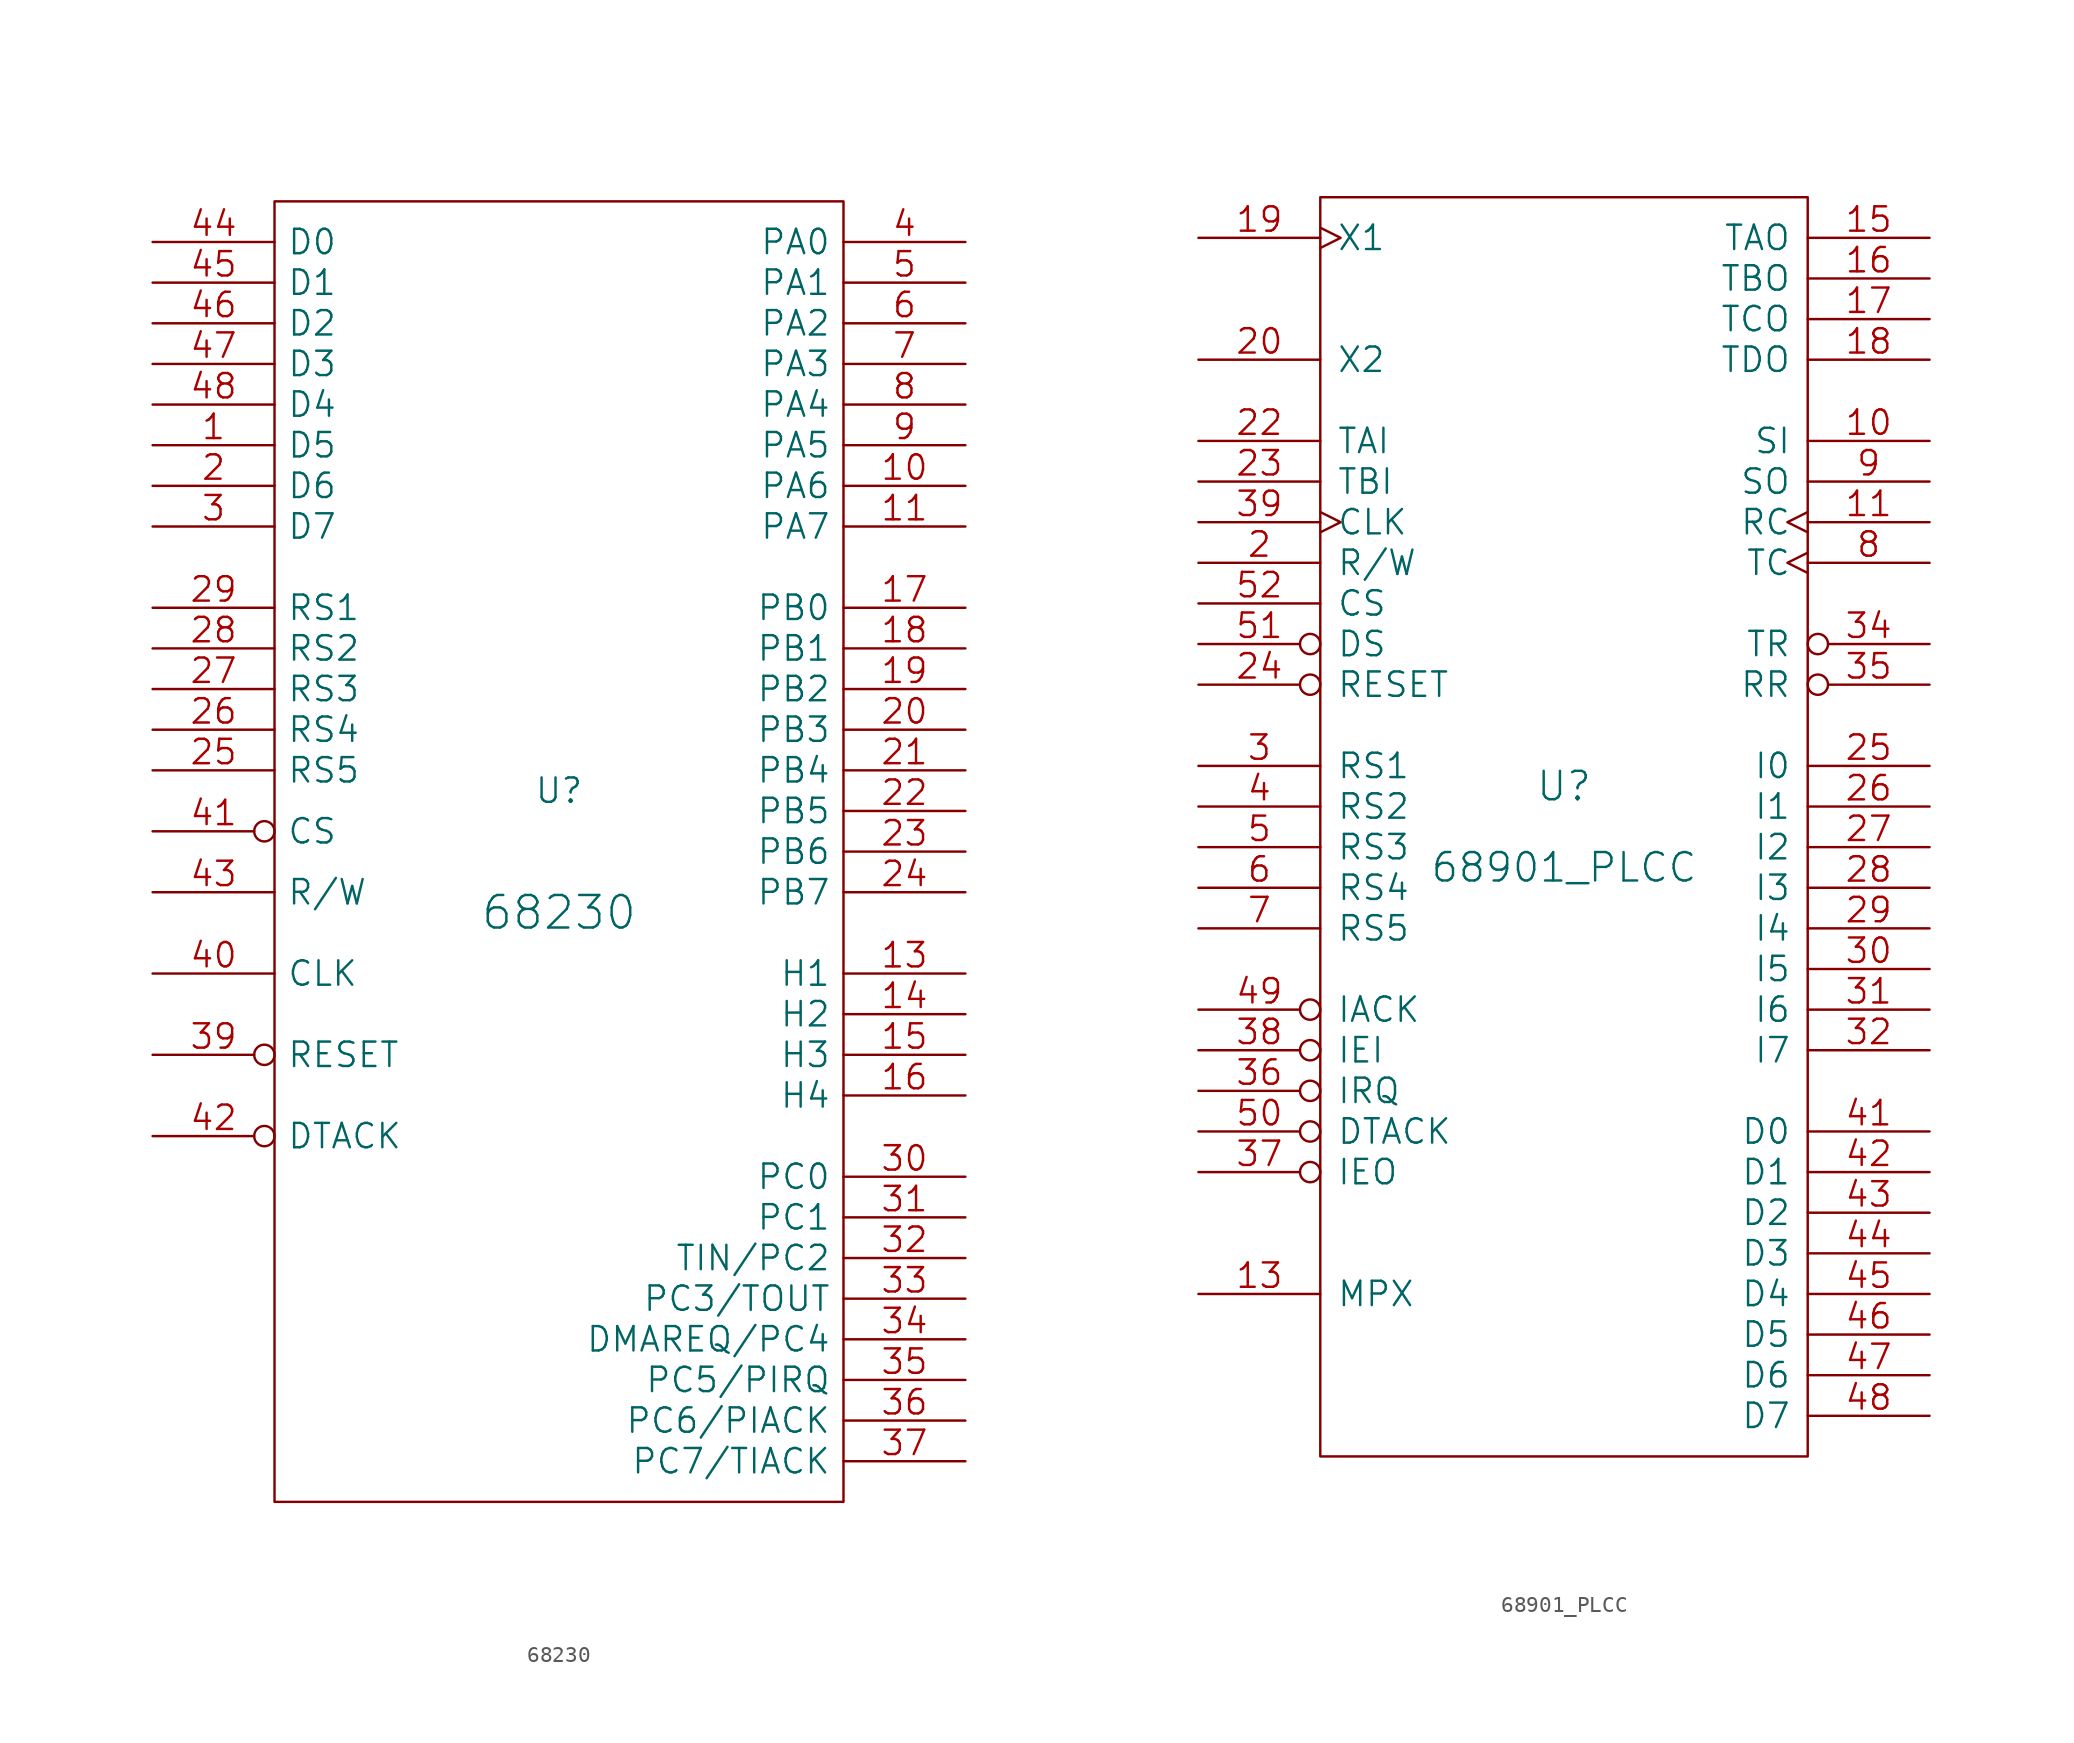
<source format=kicad_sym>
(kicad_symbol_lib
  (version 20211014)
  (generator kicad_symbol_editor)
  (symbol "68230"
    (pin_names
      (offset 0.762))
    (property "Reference" "U"
      (at 0 3.81 0)
      (effects (font (size 1.524 1.524))))
    (property "Value" "68230"
      (at 0 -3.81 0)
      (effects (font (size 2.032 2.032))))
    (property "Footprint" ""
      (at 0 0 0)
      (effects (font (size 1.524 1.524))))
    (property "Datasheet" ""
      (at 0 0 0)
      (effects (font (size 1.524 1.524))))
    (symbol "68230_0_1"
      (rectangle (start -17.78 40.64) (end 17.78 -40.64) (stroke (width 0) (type default) (color 0 0 0 0)) (fill (type none))))
    (symbol "68230_1_1"
      (pin tri_state line (at -25.4 25.4 0) (length 7.62) (name "D5" (effects (font (size 1.524 1.524)))) (number "1" (effects (font (size 1.524 1.524)))))
      (pin bidirectional line (at 25.4 22.86 180) (length 7.62) (name "PA6" (effects (font (size 1.524 1.524)))) (number "10" (effects (font (size 1.524 1.524)))))
      (pin bidirectional line (at 25.4 20.32 180) (length 7.62) (name "PA7" (effects (font (size 1.524 1.524)))) (number "11" (effects (font (size 1.524 1.524)))))
      (pin power_in line (at 0 40.64 270) (length 0) hide (name "VCC" (effects (font (size 1.524 1.524)))) (number "12" (effects (font (size 1.524 1.524)))))
      (pin input line (at 25.4 -7.62 180) (length 7.62) (name "H1" (effects (font (size 1.524 1.524)))) (number "13" (effects (font (size 1.524 1.524)))))
      (pin bidirectional line (at 25.4 -10.16 180) (length 7.62) (name "H2" (effects (font (size 1.524 1.524)))) (number "14" (effects (font (size 1.524 1.524)))))
      (pin input line (at 25.4 -12.7 180) (length 7.62) (name "H3" (effects (font (size 1.524 1.524)))) (number "15" (effects (font (size 1.524 1.524)))))
      (pin bidirectional line (at 25.4 -15.24 180) (length 7.62) (name "H4" (effects (font (size 1.524 1.524)))) (number "16" (effects (font (size 1.524 1.524)))))
      (pin bidirectional line (at 25.4 15.24 180) (length 7.62) (name "PB0" (effects (font (size 1.524 1.524)))) (number "17" (effects (font (size 1.524 1.524)))))
      (pin bidirectional line (at 25.4 12.7 180) (length 7.62) (name "PB1" (effects (font (size 1.524 1.524)))) (number "18" (effects (font (size 1.524 1.524)))))
      (pin bidirectional line (at 25.4 10.16 180) (length 7.62) (name "PB2" (effects (font (size 1.524 1.524)))) (number "19" (effects (font (size 1.524 1.524)))))
      (pin tri_state line (at -25.4 22.86 0) (length 7.62) (name "D6" (effects (font (size 1.524 1.524)))) (number "2" (effects (font (size 1.524 1.524)))))
      (pin bidirectional line (at 25.4 7.62 180) (length 7.62) (name "PB3" (effects (font (size 1.524 1.524)))) (number "20" (effects (font (size 1.524 1.524)))))
      (pin bidirectional line (at 25.4 5.08 180) (length 7.62) (name "PB4" (effects (font (size 1.524 1.524)))) (number "21" (effects (font (size 1.524 1.524)))))
      (pin bidirectional line (at 25.4 2.54 180) (length 7.62) (name "PB5" (effects (font (size 1.524 1.524)))) (number "22" (effects (font (size 1.524 1.524)))))
      (pin bidirectional line (at 25.4 0 180) (length 7.62) (name "PB6" (effects (font (size 1.524 1.524)))) (number "23" (effects (font (size 1.524 1.524)))))
      (pin bidirectional line (at 25.4 -2.54 180) (length 7.62) (name "PB7" (effects (font (size 1.524 1.524)))) (number "24" (effects (font (size 1.524 1.524)))))
      (pin input line (at -25.4 5.08 0) (length 7.62) (name "RS5" (effects (font (size 1.524 1.524)))) (number "25" (effects (font (size 1.524 1.524)))))
      (pin input line (at -25.4 7.62 0) (length 7.62) (name "RS4" (effects (font (size 1.524 1.524)))) (number "26" (effects (font (size 1.524 1.524)))))
      (pin input line (at -25.4 10.16 0) (length 7.62) (name "RS3" (effects (font (size 1.524 1.524)))) (number "27" (effects (font (size 1.524 1.524)))))
      (pin input line (at -25.4 12.7 0) (length 7.62) (name "RS2" (effects (font (size 1.524 1.524)))) (number "28" (effects (font (size 1.524 1.524)))))
      (pin input line (at -25.4 15.24 0) (length 7.62) (name "RS1" (effects (font (size 1.524 1.524)))) (number "29" (effects (font (size 1.524 1.524)))))
      (pin tri_state line (at -25.4 20.32 0) (length 7.62) (name "D7" (effects (font (size 1.524 1.524)))) (number "3" (effects (font (size 1.524 1.524)))))
      (pin bidirectional line (at 25.4 -20.32 180) (length 7.62) (name "PC0" (effects (font (size 1.524 1.524)))) (number "30" (effects (font (size 1.524 1.524)))))
      (pin bidirectional line (at 25.4 -22.86 180) (length 7.62) (name "PC1" (effects (font (size 1.524 1.524)))) (number "31" (effects (font (size 1.524 1.524)))))
      (pin bidirectional line (at 25.4 -25.4 180) (length 7.62) (name "TIN/PC2" (effects (font (size 1.524 1.524)))) (number "32" (effects (font (size 1.524 1.524)))))
      (pin bidirectional line (at 25.4 -27.94 180) (length 7.62) (name "PC3/TOUT" (effects (font (size 1.524 1.524)))) (number "33" (effects (font (size 1.524 1.524)))))
      (pin bidirectional line (at 25.4 -30.48 180) (length 7.62) (name "DMAREQ/PC4" (effects (font (size 1.524 1.524)))) (number "34" (effects (font (size 1.524 1.524)))))
      (pin bidirectional line (at 25.4 -33.02 180) (length 7.62) (name "PC5/PIRQ" (effects (font (size 1.524 1.524)))) (number "35" (effects (font (size 1.524 1.524)))))
      (pin bidirectional line (at 25.4 -35.56 180) (length 7.62) (name "PC6/PIACK" (effects (font (size 1.524 1.524)))) (number "36" (effects (font (size 1.524 1.524)))))
      (pin bidirectional line (at 25.4 -38.1 180) (length 7.62) (name "PC7/TIACK" (effects (font (size 1.524 1.524)))) (number "37" (effects (font (size 1.524 1.524)))))
      (pin power_in line (at 0 -40.64 90) (length 0) hide (name "GND" (effects (font (size 1.524 1.524)))) (number "38" (effects (font (size 1.524 1.524)))))
      (pin input inverted (at -25.4 -12.7 0) (length 7.62) (name "RESET" (effects (font (size 1.524 1.524)))) (number "39" (effects (font (size 1.524 1.524)))))
      (pin bidirectional line (at 25.4 38.1 180) (length 7.62) (name "PA0" (effects (font (size 1.524 1.524)))) (number "4" (effects (font (size 1.524 1.524)))))
      (pin input line (at -25.4 -7.62 0) (length 7.62) (name "CLK" (effects (font (size 1.524 1.524)))) (number "40" (effects (font (size 1.524 1.524)))))
      (pin input inverted (at -25.4 1.27 0) (length 7.62) (name "CS" (effects (font (size 1.524 1.524)))) (number "41" (effects (font (size 1.524 1.524)))))
      (pin open_collector inverted (at -25.4 -17.78 0) (length 7.62) (name "DTACK" (effects (font (size 1.524 1.524)))) (number "42" (effects (font (size 1.524 1.524)))))
      (pin input line (at -25.4 -2.54 0) (length 7.62) (name "R/W" (effects (font (size 1.524 1.524)))) (number "43" (effects (font (size 1.524 1.524)))))
      (pin tri_state line (at -25.4 38.1 0) (length 7.62) (name "D0" (effects (font (size 1.524 1.524)))) (number "44" (effects (font (size 1.524 1.524)))))
      (pin tri_state line (at -25.4 35.56 0) (length 7.62) (name "D1" (effects (font (size 1.524 1.524)))) (number "45" (effects (font (size 1.524 1.524)))))
      (pin tri_state line (at -25.4 33.02 0) (length 7.62) (name "D2" (effects (font (size 1.524 1.524)))) (number "46" (effects (font (size 1.524 1.524)))))
      (pin tri_state line (at -25.4 30.48 0) (length 7.62) (name "D3" (effects (font (size 1.524 1.524)))) (number "47" (effects (font (size 1.524 1.524)))))
      (pin tri_state line (at -25.4 27.94 0) (length 7.62) (name "D4" (effects (font (size 1.524 1.524)))) (number "48" (effects (font (size 1.524 1.524)))))
      (pin bidirectional line (at 25.4 35.56 180) (length 7.62) (name "PA1" (effects (font (size 1.524 1.524)))) (number "5" (effects (font (size 1.524 1.524)))))
      (pin bidirectional line (at 25.4 33.02 180) (length 7.62) (name "PA2" (effects (font (size 1.524 1.524)))) (number "6" (effects (font (size 1.524 1.524)))))
      (pin bidirectional line (at 25.4 30.48 180) (length 7.62) (name "PA3" (effects (font (size 1.524 1.524)))) (number "7" (effects (font (size 1.524 1.524)))))
      (pin bidirectional line (at 25.4 27.94 180) (length 7.62) (name "PA4" (effects (font (size 1.524 1.524)))) (number "8" (effects (font (size 1.524 1.524)))))
      (pin bidirectional line (at 25.4 25.4 180) (length 7.62) (name "PA5" (effects (font (size 1.524 1.524)))) (number "9" (effects (font (size 1.524 1.524)))))))
  (symbol "68901_PLCC"
    (pin_names
      (offset 1.016))
    (property "Reference" "U"
      (at 0 2.54 0)
      (effects (font (size 1.778 1.778))))
    (property "Value" "68901_PLCC"
      (at 0 -2.54 0)
      (effects (font (size 1.778 1.778))))
    (property "Footprint" ""
      (at 0 0 0)
      (effects (font (size 1.524 1.524))))
    (property "Datasheet" ""
      (at 0 0 0)
      (effects (font (size 1.524 1.524))))
    (symbol "68901_PLCC_0_1"
      (rectangle (start -15.24 -39.37) (end 15.24 39.37) (stroke (width 0) (type default) (color 0 0 0 0)) (fill (type none))))
    (symbol "68901_PLCC_1_1"
      (pin input line (at 22.86 24.13 180) (length 7.62) (name "SI" (effects (font (size 1.524 1.524)))) (number "10" (effects (font (size 1.524 1.524)))))
      (pin input clock (at 22.86 19.05 180) (length 7.62) (name "RC" (effects (font (size 1.524 1.524)))) (number "11" (effects (font (size 1.524 1.524)))))
      (pin power_in line (at -15.24 39.37 90) (length 0) hide (name "VCC" (effects (font (size 1.524 1.524)))) (number "12" (effects (font (size 1.524 1.524)))))
      (pin input line (at -22.86 -29.21 0) (length 7.62) (name "MPX" (effects (font (size 1.524 1.524)))) (number "13" (effects (font (size 1.524 1.524)))))
      (pin output line (at 22.86 36.83 180) (length 7.62) (name "TAO" (effects (font (size 1.524 1.524)))) (number "15" (effects (font (size 1.524 1.524)))))
      (pin output line (at 22.86 34.29 180) (length 7.62) (name "TBO" (effects (font (size 1.524 1.524)))) (number "16" (effects (font (size 1.524 1.524)))))
      (pin output line (at 22.86 31.75 180) (length 7.62) (name "TCO" (effects (font (size 1.524 1.524)))) (number "17" (effects (font (size 1.524 1.524)))))
      (pin output line (at 22.86 29.21 180) (length 7.62) (name "TDO" (effects (font (size 1.524 1.524)))) (number "18" (effects (font (size 1.524 1.524)))))
      (pin input clock (at -22.86 36.83 0) (length 7.62) (name "X1" (effects (font (size 1.524 1.524)))) (number "19" (effects (font (size 1.524 1.524)))))
      (pin input line (at -22.86 16.51 0) (length 7.62) (name "R/W" (effects (font (size 1.524 1.524)))) (number "2" (effects (font (size 1.524 1.524)))))
      (pin input line (at -22.86 29.21 0) (length 7.62) (name "X2" (effects (font (size 1.524 1.524)))) (number "20" (effects (font (size 1.524 1.524)))))
      (pin input line (at -22.86 24.13 0) (length 7.62) (name "TAI" (effects (font (size 1.524 1.524)))) (number "22" (effects (font (size 1.524 1.524)))))
      (pin input line (at -22.86 21.59 0) (length 7.62) (name "TBI" (effects (font (size 1.524 1.524)))) (number "23" (effects (font (size 1.524 1.524)))))
      (pin input inverted (at -22.86 8.89 0) (length 7.62) (name "RESET" (effects (font (size 1.524 1.524)))) (number "24" (effects (font (size 1.524 1.524)))))
      (pin input line (at 22.86 3.81 180) (length 7.62) (name "I0" (effects (font (size 1.524 1.524)))) (number "25" (effects (font (size 1.524 1.524)))))
      (pin input line (at 22.86 1.27 180) (length 7.62) (name "I1" (effects (font (size 1.524 1.524)))) (number "26" (effects (font (size 1.524 1.524)))))
      (pin input line (at 22.86 -1.27 180) (length 7.62) (name "I2" (effects (font (size 1.524 1.524)))) (number "27" (effects (font (size 1.524 1.524)))))
      (pin input line (at 22.86 -3.81 180) (length 7.62) (name "I3" (effects (font (size 1.524 1.524)))) (number "28" (effects (font (size 1.524 1.524)))))
      (pin input line (at 22.86 -6.35 180) (length 7.62) (name "I4" (effects (font (size 1.524 1.524)))) (number "29" (effects (font (size 1.524 1.524)))))
      (pin input line (at -22.86 3.81 0) (length 7.62) (name "RS1" (effects (font (size 1.524 1.524)))) (number "3" (effects (font (size 1.524 1.524)))))
      (pin input line (at 22.86 -8.89 180) (length 7.62) (name "I5" (effects (font (size 1.524 1.524)))) (number "30" (effects (font (size 1.524 1.524)))))
      (pin input line (at 22.86 -11.43 180) (length 7.62) (name "I6" (effects (font (size 1.524 1.524)))) (number "31" (effects (font (size 1.524 1.524)))))
      (pin input line (at 22.86 -13.97 180) (length 7.62) (name "I7" (effects (font (size 1.524 1.524)))) (number "32" (effects (font (size 1.524 1.524)))))
      (pin output inverted (at 22.86 11.43 180) (length 7.62) (name "TR" (effects (font (size 1.524 1.524)))) (number "34" (effects (font (size 1.524 1.524)))))
      (pin output inverted (at 22.86 8.89 180) (length 7.62) (name "RR" (effects (font (size 1.524 1.524)))) (number "35" (effects (font (size 1.524 1.524)))))
      (pin output inverted (at -22.86 -16.51 0) (length 7.62) (name "IRQ" (effects (font (size 1.524 1.524)))) (number "36" (effects (font (size 1.524 1.524)))))
      (pin output inverted (at -22.86 -21.59 0) (length 7.62) (name "IEO" (effects (font (size 1.524 1.524)))) (number "37" (effects (font (size 1.524 1.524)))))
      (pin input inverted (at -22.86 -13.97 0) (length 7.62) (name "IEI" (effects (font (size 1.524 1.524)))) (number "38" (effects (font (size 1.524 1.524)))))
      (pin input clock (at -22.86 19.05 0) (length 7.62) (name "CLK" (effects (font (size 1.524 1.524)))) (number "39" (effects (font (size 1.524 1.524)))))
      (pin input line (at -22.86 1.27 0) (length 7.62) (name "RS2" (effects (font (size 1.524 1.524)))) (number "4" (effects (font (size 1.524 1.524)))))
      (pin power_in line (at -15.24 -39.37 90) (length 0) hide (name "GND" (effects (font (size 1.524 1.524)))) (number "40" (effects (font (size 1.524 1.524)))))
      (pin input line (at 22.86 -19.05 180) (length 7.62) (name "D0" (effects (font (size 1.524 1.524)))) (number "41" (effects (font (size 1.524 1.524)))))
      (pin input line (at 22.86 -21.59 180) (length 7.62) (name "D1" (effects (font (size 1.524 1.524)))) (number "42" (effects (font (size 1.524 1.524)))))
      (pin input line (at 22.86 -24.13 180) (length 7.62) (name "D2" (effects (font (size 1.524 1.524)))) (number "43" (effects (font (size 1.524 1.524)))))
      (pin input line (at 22.86 -26.67 180) (length 7.62) (name "D3" (effects (font (size 1.524 1.524)))) (number "44" (effects (font (size 1.524 1.524)))))
      (pin input line (at 22.86 -29.21 180) (length 7.62) (name "D4" (effects (font (size 1.524 1.524)))) (number "45" (effects (font (size 1.524 1.524)))))
      (pin input line (at 22.86 -31.75 180) (length 7.62) (name "D5" (effects (font (size 1.524 1.524)))) (number "46" (effects (font (size 1.524 1.524)))))
      (pin input line (at 22.86 -34.29 180) (length 7.62) (name "D6" (effects (font (size 1.524 1.524)))) (number "47" (effects (font (size 1.524 1.524)))))
      (pin input line (at 22.86 -36.83 180) (length 7.62) (name "D7" (effects (font (size 1.524 1.524)))) (number "48" (effects (font (size 1.524 1.524)))))
      (pin input inverted (at -22.86 -11.43 0) (length 7.62) (name "IACK" (effects (font (size 1.524 1.524)))) (number "49" (effects (font (size 1.524 1.524)))))
      (pin input line (at -22.86 -1.27 0) (length 7.62) (name "RS3" (effects (font (size 1.524 1.524)))) (number "5" (effects (font (size 1.524 1.524)))))
      (pin output inverted (at -22.86 -19.05 0) (length 7.62) (name "DTACK" (effects (font (size 1.524 1.524)))) (number "50" (effects (font (size 1.524 1.524)))))
      (pin input inverted (at -22.86 11.43 0) (length 7.62) (name "DS" (effects (font (size 1.524 1.524)))) (number "51" (effects (font (size 1.524 1.524)))))
      (pin input line (at -22.86 13.97 0) (length 7.62) (name "CS" (effects (font (size 1.524 1.524)))) (number "52" (effects (font (size 1.524 1.524)))))
      (pin input line (at -22.86 -3.81 0) (length 7.62) (name "RS4" (effects (font (size 1.524 1.524)))) (number "6" (effects (font (size 1.524 1.524)))))
      (pin input line (at -22.86 -6.35 0) (length 7.62) (name "RS5" (effects (font (size 1.524 1.524)))) (number "7" (effects (font (size 1.524 1.524)))))
      (pin input clock (at 22.86 16.51 180) (length 7.62) (name "TC" (effects (font (size 1.524 1.524)))) (number "8" (effects (font (size 1.524 1.524)))))
      (pin output line (at 22.86 21.59 180) (length 7.62) (name "SO" (effects (font (size 1.524 1.524)))) (number "9" (effects (font (size 1.524 1.524))))))))
</source>
